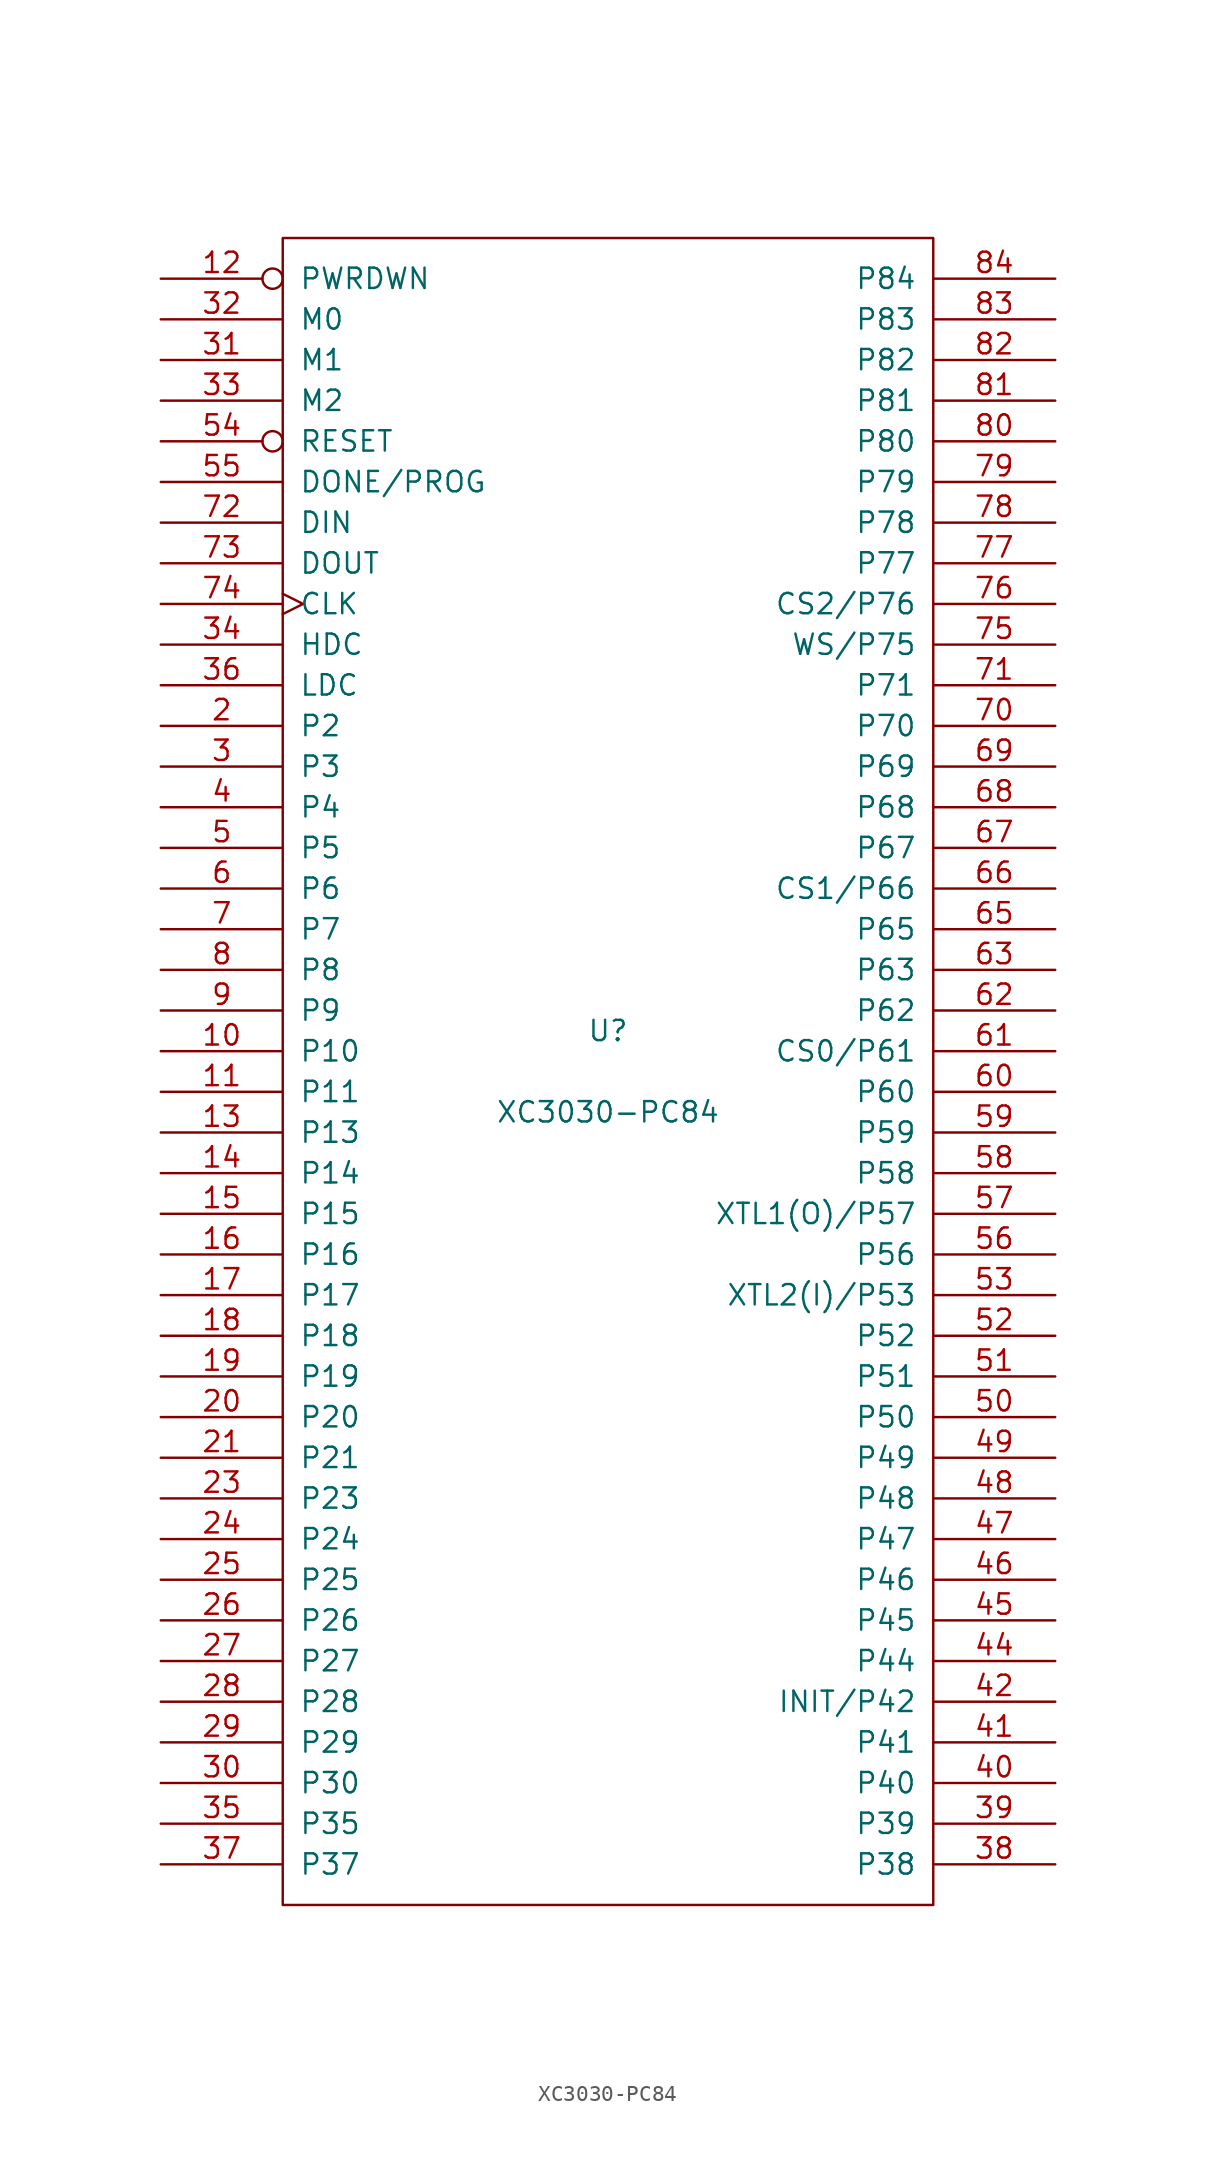
<source format=kicad_sym>
(kicad_symbol_lib
  (version 20201005)
  (generator kicad_symbol_editor)
  (symbol "FPGA_Xilinx:XC3030-PC84"
    (pin_names
      (offset 1.016))
    (property "Reference" "U"
      (at 0 2.54 0)
      (effects (font (size 1.27 1.27))))
    (property "Value" "XC3030-PC84"
      (at 0 -2.54 0)
      (effects (font (size 1.27 1.27))))
    (symbol "XC3030-PC84_0_1"
      (rectangle (start -20.32 -52.07) (end 20.32 52.07) (stroke (width 0)) (fill (type none))))
    (symbol "XC3030-PC84_1_1"
      (pin power_in line (at -2.54 -52.07 90) (length 0) hide (name "GND" (effects (font (size 1.27 1.27)))) (number "1" (effects (font (size 1.27 1.27)))))
      (pin passive line (at -27.94 1.27 0) (length 7.62) (name "P10" (effects (font (size 1.27 1.27)))) (number "10" (effects (font (size 1.27 1.27)))))
      (pin passive line (at -27.94 -1.27 0) (length 7.62) (name "P11" (effects (font (size 1.27 1.27)))) (number "11" (effects (font (size 1.27 1.27)))))
      (pin input inverted (at -27.94 49.53 0) (length 7.62) (name "PWRDWN" (effects (font (size 1.27 1.27)))) (number "12" (effects (font (size 1.27 1.27)))))
      (pin passive line (at -27.94 -3.81 0) (length 7.62) (name "P13" (effects (font (size 1.27 1.27)))) (number "13" (effects (font (size 1.27 1.27)))))
      (pin passive line (at -27.94 -6.35 0) (length 7.62) (name "P14" (effects (font (size 1.27 1.27)))) (number "14" (effects (font (size 1.27 1.27)))))
      (pin passive line (at -27.94 -8.89 0) (length 7.62) (name "P15" (effects (font (size 1.27 1.27)))) (number "15" (effects (font (size 1.27 1.27)))))
      (pin passive line (at -27.94 -11.43 0) (length 7.62) (name "P16" (effects (font (size 1.27 1.27)))) (number "16" (effects (font (size 1.27 1.27)))))
      (pin passive line (at -27.94 -13.97 0) (length 7.62) (name "P17" (effects (font (size 1.27 1.27)))) (number "17" (effects (font (size 1.27 1.27)))))
      (pin passive line (at -27.94 -16.51 0) (length 7.62) (name "P18" (effects (font (size 1.27 1.27)))) (number "18" (effects (font (size 1.27 1.27)))))
      (pin passive line (at -27.94 -19.05 0) (length 7.62) (name "P19" (effects (font (size 1.27 1.27)))) (number "19" (effects (font (size 1.27 1.27)))))
      (pin passive line (at -27.94 21.59 0) (length 7.62) (name "P2" (effects (font (size 1.27 1.27)))) (number "2" (effects (font (size 1.27 1.27)))))
      (pin passive line (at -27.94 -21.59 0) (length 7.62) (name "P20" (effects (font (size 1.27 1.27)))) (number "20" (effects (font (size 1.27 1.27)))))
      (pin passive line (at -27.94 -24.13 0) (length 7.62) (name "P21" (effects (font (size 1.27 1.27)))) (number "21" (effects (font (size 1.27 1.27)))))
      (pin power_in line (at 0 52.07 270) (length 0) hide (name "VCC" (effects (font (size 1.27 1.27)))) (number "22" (effects (font (size 1.27 1.27)))))
      (pin passive line (at -27.94 -26.67 0) (length 7.62) (name "P23" (effects (font (size 1.27 1.27)))) (number "23" (effects (font (size 1.27 1.27)))))
      (pin passive line (at -27.94 -29.21 0) (length 7.62) (name "P24" (effects (font (size 1.27 1.27)))) (number "24" (effects (font (size 1.27 1.27)))))
      (pin passive line (at -27.94 -31.75 0) (length 7.62) (name "P25" (effects (font (size 1.27 1.27)))) (number "25" (effects (font (size 1.27 1.27)))))
      (pin passive line (at -27.94 -34.29 0) (length 7.62) (name "P26" (effects (font (size 1.27 1.27)))) (number "26" (effects (font (size 1.27 1.27)))))
      (pin passive line (at -27.94 -36.83 0) (length 7.62) (name "P27" (effects (font (size 1.27 1.27)))) (number "27" (effects (font (size 1.27 1.27)))))
      (pin passive line (at -27.94 -39.37 0) (length 7.62) (name "P28" (effects (font (size 1.27 1.27)))) (number "28" (effects (font (size 1.27 1.27)))))
      (pin passive line (at -27.94 -41.91 0) (length 7.62) (name "P29" (effects (font (size 1.27 1.27)))) (number "29" (effects (font (size 1.27 1.27)))))
      (pin passive line (at -27.94 19.05 0) (length 7.62) (name "P3" (effects (font (size 1.27 1.27)))) (number "3" (effects (font (size 1.27 1.27)))))
      (pin passive line (at -27.94 -44.45 0) (length 7.62) (name "P30" (effects (font (size 1.27 1.27)))) (number "30" (effects (font (size 1.27 1.27)))))
      (pin input line (at -27.94 44.45 0) (length 7.62) (name "M1" (effects (font (size 1.27 1.27)))) (number "31" (effects (font (size 1.27 1.27)))))
      (pin input line (at -27.94 46.99 0) (length 7.62) (name "M0" (effects (font (size 1.27 1.27)))) (number "32" (effects (font (size 1.27 1.27)))))
      (pin bidirectional line (at -27.94 41.91 0) (length 7.62) (name "M2" (effects (font (size 1.27 1.27)))) (number "33" (effects (font (size 1.27 1.27)))))
      (pin passive line (at -27.94 26.67 0) (length 7.62) (name "HDC" (effects (font (size 1.27 1.27)))) (number "34" (effects (font (size 1.27 1.27)))))
      (pin passive line (at -27.94 -46.99 0) (length 7.62) (name "P35" (effects (font (size 1.27 1.27)))) (number "35" (effects (font (size 1.27 1.27)))))
      (pin passive line (at -27.94 24.13 0) (length 7.62) (name "LDC" (effects (font (size 1.27 1.27)))) (number "36" (effects (font (size 1.27 1.27)))))
      (pin passive line (at -27.94 -49.53 0) (length 7.62) (name "P37" (effects (font (size 1.27 1.27)))) (number "37" (effects (font (size 1.27 1.27)))))
      (pin passive line (at 27.94 -49.53 180) (length 7.62) (name "P38" (effects (font (size 1.27 1.27)))) (number "38" (effects (font (size 1.27 1.27)))))
      (pin passive line (at 27.94 -46.99 180) (length 7.62) (name "P39" (effects (font (size 1.27 1.27)))) (number "39" (effects (font (size 1.27 1.27)))))
      (pin passive line (at -27.94 16.51 0) (length 7.62) (name "P4" (effects (font (size 1.27 1.27)))) (number "4" (effects (font (size 1.27 1.27)))))
      (pin passive line (at 27.94 -44.45 180) (length 7.62) (name "P40" (effects (font (size 1.27 1.27)))) (number "40" (effects (font (size 1.27 1.27)))))
      (pin passive line (at 27.94 -41.91 180) (length 7.62) (name "P41" (effects (font (size 1.27 1.27)))) (number "41" (effects (font (size 1.27 1.27)))))
      (pin passive line (at 27.94 -39.37 180) (length 7.62) (name "INIT/P42" (effects (font (size 1.27 1.27)))) (number "42" (effects (font (size 1.27 1.27)))))
      (pin power_in line (at 0 -52.07 90) (length 0) hide (name "GND" (effects (font (size 1.27 1.27)))) (number "43" (effects (font (size 1.27 1.27)))))
      (pin passive line (at 27.94 -36.83 180) (length 7.62) (name "P44" (effects (font (size 1.27 1.27)))) (number "44" (effects (font (size 1.27 1.27)))))
      (pin passive line (at 27.94 -34.29 180) (length 7.62) (name "P45" (effects (font (size 1.27 1.27)))) (number "45" (effects (font (size 1.27 1.27)))))
      (pin passive line (at 27.94 -31.75 180) (length 7.62) (name "P46" (effects (font (size 1.27 1.27)))) (number "46" (effects (font (size 1.27 1.27)))))
      (pin passive line (at 27.94 -29.21 180) (length 7.62) (name "P47" (effects (font (size 1.27 1.27)))) (number "47" (effects (font (size 1.27 1.27)))))
      (pin passive line (at 27.94 -26.67 180) (length 7.62) (name "P48" (effects (font (size 1.27 1.27)))) (number "48" (effects (font (size 1.27 1.27)))))
      (pin passive line (at 27.94 -24.13 180) (length 7.62) (name "P49" (effects (font (size 1.27 1.27)))) (number "49" (effects (font (size 1.27 1.27)))))
      (pin passive line (at -27.94 13.97 0) (length 7.62) (name "P5" (effects (font (size 1.27 1.27)))) (number "5" (effects (font (size 1.27 1.27)))))
      (pin passive line (at 27.94 -21.59 180) (length 7.62) (name "P50" (effects (font (size 1.27 1.27)))) (number "50" (effects (font (size 1.27 1.27)))))
      (pin passive line (at 27.94 -19.05 180) (length 7.62) (name "P51" (effects (font (size 1.27 1.27)))) (number "51" (effects (font (size 1.27 1.27)))))
      (pin passive line (at 27.94 -16.51 180) (length 7.62) (name "P52" (effects (font (size 1.27 1.27)))) (number "52" (effects (font (size 1.27 1.27)))))
      (pin passive line (at 27.94 -13.97 180) (length 7.62) (name "XTL2(I)/P53" (effects (font (size 1.27 1.27)))) (number "53" (effects (font (size 1.27 1.27)))))
      (pin input inverted (at -27.94 39.37 0) (length 7.62) (name "RESET" (effects (font (size 1.27 1.27)))) (number "54" (effects (font (size 1.27 1.27)))))
      (pin bidirectional line (at -27.94 36.83 0) (length 7.62) (name "DONE/PROG" (effects (font (size 1.27 1.27)))) (number "55" (effects (font (size 1.27 1.27)))))
      (pin passive line (at 27.94 -11.43 180) (length 7.62) (name "P56" (effects (font (size 1.27 1.27)))) (number "56" (effects (font (size 1.27 1.27)))))
      (pin passive line (at 27.94 -8.89 180) (length 7.62) (name "XTL1(O)/P57" (effects (font (size 1.27 1.27)))) (number "57" (effects (font (size 1.27 1.27)))))
      (pin passive line (at 27.94 -6.35 180) (length 7.62) (name "P58" (effects (font (size 1.27 1.27)))) (number "58" (effects (font (size 1.27 1.27)))))
      (pin passive line (at 27.94 -3.81 180) (length 7.62) (name "P59" (effects (font (size 1.27 1.27)))) (number "59" (effects (font (size 1.27 1.27)))))
      (pin passive line (at -27.94 11.43 0) (length 7.62) (name "P6" (effects (font (size 1.27 1.27)))) (number "6" (effects (font (size 1.27 1.27)))))
      (pin passive line (at 27.94 -1.27 180) (length 7.62) (name "P60" (effects (font (size 1.27 1.27)))) (number "60" (effects (font (size 1.27 1.27)))))
      (pin passive line (at 27.94 1.27 180) (length 7.62) (name "CS0/P61" (effects (font (size 1.27 1.27)))) (number "61" (effects (font (size 1.27 1.27)))))
      (pin passive line (at 27.94 3.81 180) (length 7.62) (name "P62" (effects (font (size 1.27 1.27)))) (number "62" (effects (font (size 1.27 1.27)))))
      (pin passive line (at 27.94 6.35 180) (length 7.62) (name "P63" (effects (font (size 1.27 1.27)))) (number "63" (effects (font (size 1.27 1.27)))))
      (pin power_in line (at -2.54 52.07 270) (length 0) hide (name "VCC" (effects (font (size 1.27 1.27)))) (number "64" (effects (font (size 1.27 1.27)))))
      (pin passive line (at 27.94 8.89 180) (length 7.62) (name "P65" (effects (font (size 1.27 1.27)))) (number "65" (effects (font (size 1.27 1.27)))))
      (pin passive line (at 27.94 11.43 180) (length 7.62) (name "CS1/P66" (effects (font (size 1.27 1.27)))) (number "66" (effects (font (size 1.27 1.27)))))
      (pin passive line (at 27.94 13.97 180) (length 7.62) (name "P67" (effects (font (size 1.27 1.27)))) (number "67" (effects (font (size 1.27 1.27)))))
      (pin passive line (at 27.94 16.51 180) (length 7.62) (name "P68" (effects (font (size 1.27 1.27)))) (number "68" (effects (font (size 1.27 1.27)))))
      (pin passive line (at 27.94 19.05 180) (length 7.62) (name "P69" (effects (font (size 1.27 1.27)))) (number "69" (effects (font (size 1.27 1.27)))))
      (pin passive line (at -27.94 8.89 0) (length 7.62) (name "P7" (effects (font (size 1.27 1.27)))) (number "7" (effects (font (size 1.27 1.27)))))
      (pin passive line (at 27.94 21.59 180) (length 7.62) (name "P70" (effects (font (size 1.27 1.27)))) (number "70" (effects (font (size 1.27 1.27)))))
      (pin passive line (at 27.94 24.13 180) (length 7.62) (name "P71" (effects (font (size 1.27 1.27)))) (number "71" (effects (font (size 1.27 1.27)))))
      (pin input line (at -27.94 34.29 0) (length 7.62) (name "DIN" (effects (font (size 1.27 1.27)))) (number "72" (effects (font (size 1.27 1.27)))))
      (pin passive line (at -27.94 31.75 0) (length 7.62) (name "DOUT" (effects (font (size 1.27 1.27)))) (number "73" (effects (font (size 1.27 1.27)))))
      (pin bidirectional clock (at -27.94 29.21 0) (length 7.62) (name "CLK" (effects (font (size 1.27 1.27)))) (number "74" (effects (font (size 1.27 1.27)))))
      (pin passive line (at 27.94 26.67 180) (length 7.62) (name "WS/P75" (effects (font (size 1.27 1.27)))) (number "75" (effects (font (size 1.27 1.27)))))
      (pin passive line (at 27.94 29.21 180) (length 7.62) (name "CS2/P76" (effects (font (size 1.27 1.27)))) (number "76" (effects (font (size 1.27 1.27)))))
      (pin passive line (at 27.94 31.75 180) (length 7.62) (name "P77" (effects (font (size 1.27 1.27)))) (number "77" (effects (font (size 1.27 1.27)))))
      (pin passive line (at 27.94 34.29 180) (length 7.62) (name "P78" (effects (font (size 1.27 1.27)))) (number "78" (effects (font (size 1.27 1.27)))))
      (pin passive line (at 27.94 36.83 180) (length 7.62) (name "P79" (effects (font (size 1.27 1.27)))) (number "79" (effects (font (size 1.27 1.27)))))
      (pin passive line (at -27.94 6.35 0) (length 7.62) (name "P8" (effects (font (size 1.27 1.27)))) (number "8" (effects (font (size 1.27 1.27)))))
      (pin passive line (at 27.94 39.37 180) (length 7.62) (name "P80" (effects (font (size 1.27 1.27)))) (number "80" (effects (font (size 1.27 1.27)))))
      (pin passive line (at 27.94 41.91 180) (length 7.62) (name "P81" (effects (font (size 1.27 1.27)))) (number "81" (effects (font (size 1.27 1.27)))))
      (pin passive line (at 27.94 44.45 180) (length 7.62) (name "P82" (effects (font (size 1.27 1.27)))) (number "82" (effects (font (size 1.27 1.27)))))
      (pin passive line (at 27.94 46.99 180) (length 7.62) (name "P83" (effects (font (size 1.27 1.27)))) (number "83" (effects (font (size 1.27 1.27)))))
      (pin passive line (at 27.94 49.53 180) (length 7.62) (name "P84" (effects (font (size 1.27 1.27)))) (number "84" (effects (font (size 1.27 1.27)))))
      (pin passive line (at -27.94 3.81 0) (length 7.62) (name "P9" (effects (font (size 1.27 1.27)))) (number "9" (effects (font (size 1.27 1.27))))))))
</source>
